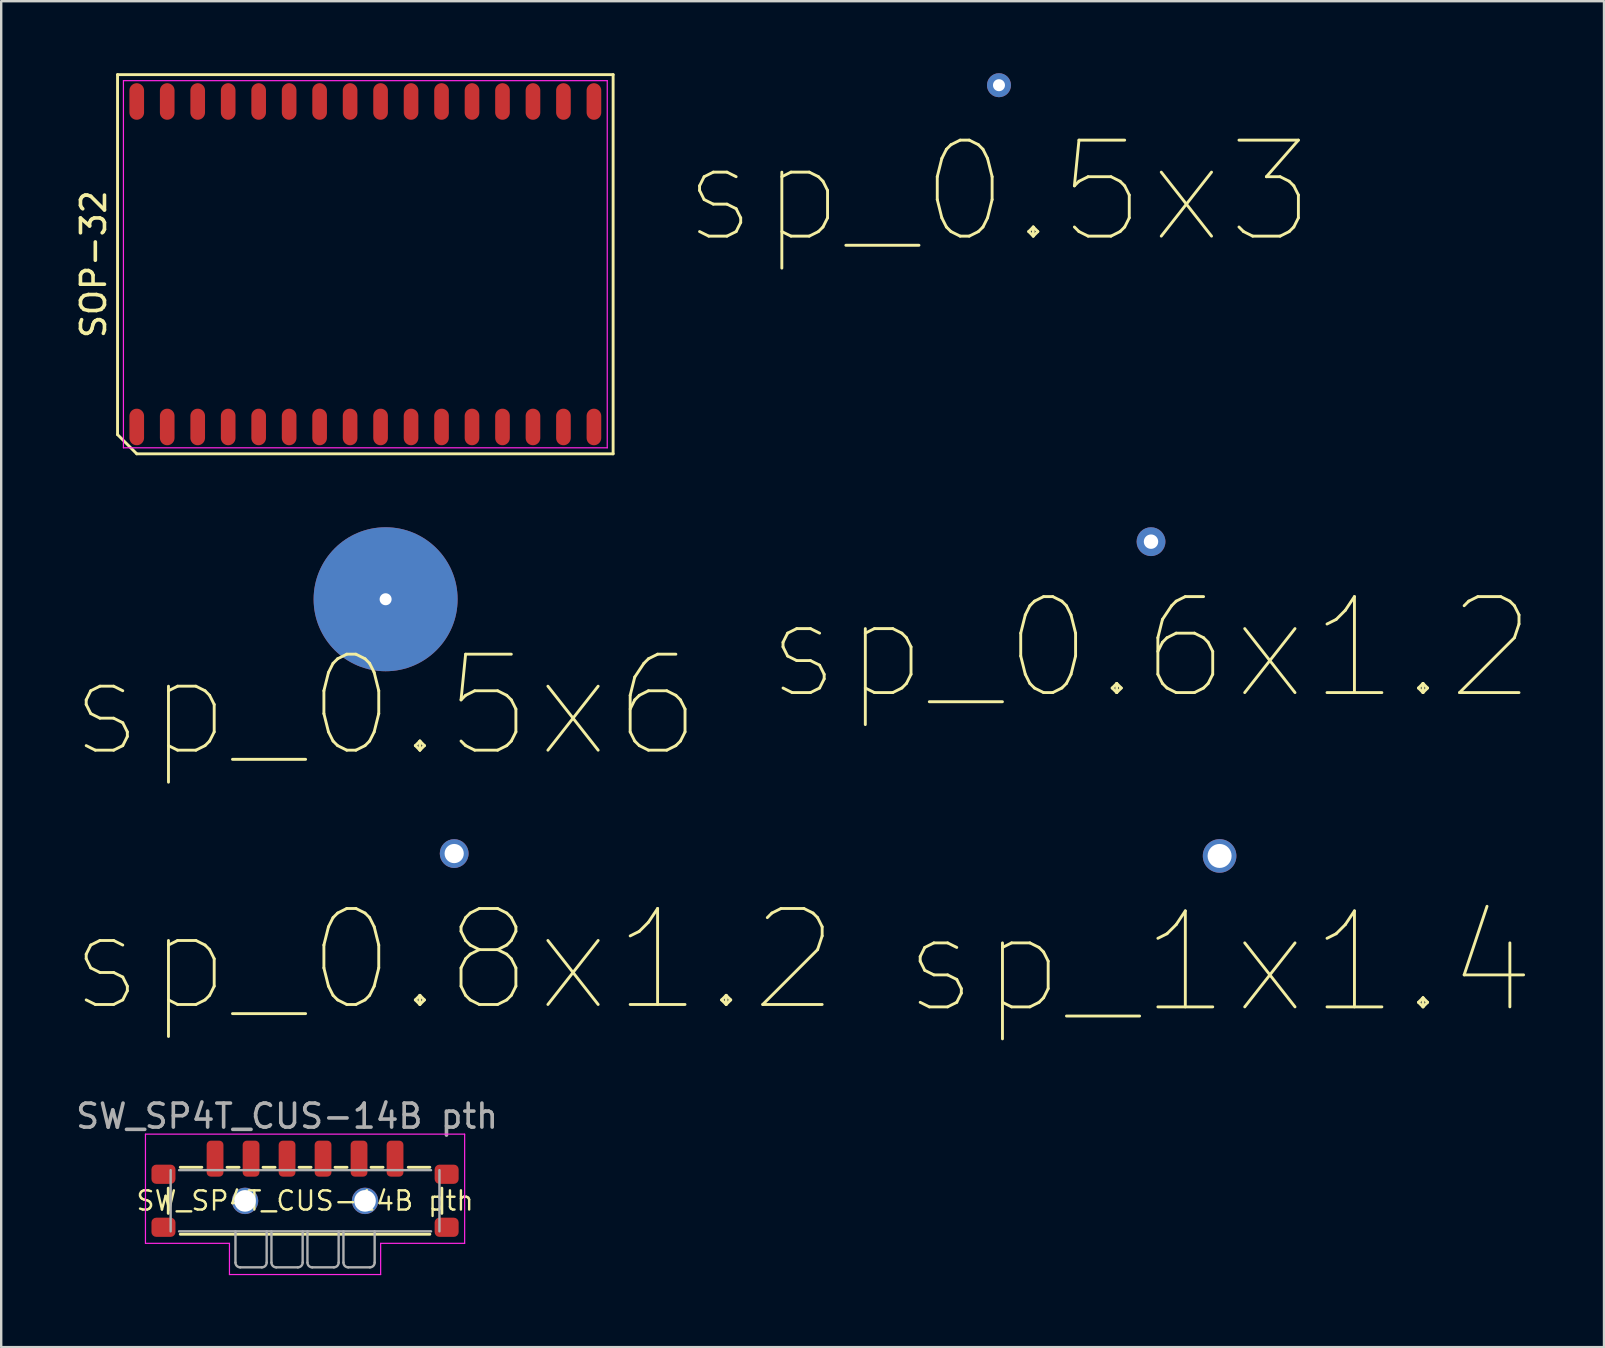
<source format=kicad_pcb>
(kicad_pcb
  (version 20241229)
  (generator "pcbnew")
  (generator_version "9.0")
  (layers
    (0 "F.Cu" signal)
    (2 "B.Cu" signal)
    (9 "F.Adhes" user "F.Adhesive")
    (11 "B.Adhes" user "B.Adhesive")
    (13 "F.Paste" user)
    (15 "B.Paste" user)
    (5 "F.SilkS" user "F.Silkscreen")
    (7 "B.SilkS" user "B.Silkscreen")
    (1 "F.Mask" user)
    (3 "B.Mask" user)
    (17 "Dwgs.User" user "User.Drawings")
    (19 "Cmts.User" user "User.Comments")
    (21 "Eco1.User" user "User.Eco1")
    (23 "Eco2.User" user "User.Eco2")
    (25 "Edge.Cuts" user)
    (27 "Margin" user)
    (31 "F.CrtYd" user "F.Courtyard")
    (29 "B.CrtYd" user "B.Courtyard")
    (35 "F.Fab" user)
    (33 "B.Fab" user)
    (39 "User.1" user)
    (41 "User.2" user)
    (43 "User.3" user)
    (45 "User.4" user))
  (footprint "sp_1x1.4"
    (layer "F.Cu")
    (at 47.769 32.616)
    (property "Reference" "sp_1x1.4" (at 0 4.445 0) (layer "F.SilkS") (effects (font (size 4 4) (thickness 0.12))))
    (attr through_hole)
    (pad "" thru_hole circle (at 0 0) (size 1.4 1.4) (drill 1) (layers "*.Cu" "*.Mask")))
  (footprint "SOP-32"
    (layer "F.Cu")
    (at 12.173 7.96)
    (property "Reference" "SOP-32" (at -11.325 0 90) (layer "F.SilkS") (effects (font (size 1 1) (thickness 0.15))))
    (attr smd)
    (fp_line (start -10.325 -7.9) (end 10.325 -7.9) (stroke (width 0.12) (type solid)) (layer "F.SilkS"))
    (fp_line (start -10.325 7.1) (end -10.325 -7.9) (stroke (width 0.12) (type solid)) (layer "F.SilkS"))
    (fp_line (start -9.525 7.9) (end -10.325 7.1) (stroke (width 0.12) (type solid)) (layer "F.SilkS"))
    (fp_line (start 10.325 -7.9) (end 10.325 7.9) (stroke (width 0.12) (type solid)) (layer "F.SilkS"))
    (fp_line (start 10.325 7.9) (end -9.525 7.9) (stroke (width 0.12) (type solid)) (layer "F.SilkS"))
    (fp_line (start -10.08 -7.65) (end 10.08 -7.65) (stroke (width 0.05) (type solid)) (layer "F.CrtYd"))
    (fp_line (start -10.08 7.65) (end -10.08 -7.65) (stroke (width 0.05) (type solid)) (layer "F.CrtYd"))
    (fp_line (start 10.08 -7.65) (end 10.08 7.65) (stroke (width 0.05) (type solid)) (layer "F.CrtYd"))
    (fp_line (start 10.08 7.65) (end -10.08 7.65) (stroke (width 0.05) (type solid)) (layer "F.CrtYd"))
    (pad "1" smd oval (at -9.525 6.781) (size 0.61 1.524) (layers "F.Cu" "F.Mask" "F.Paste"))
    (pad "2" smd oval (at -8.255 6.781) (size 0.61 1.524) (layers "F.Cu" "F.Mask" "F.Paste"))
    (pad "3" smd oval (at -6.985 6.781) (size 0.61 1.524) (layers "F.Cu" "F.Mask" "F.Paste"))
    (pad "4" smd oval (at -5.715 6.781) (size 0.61 1.524) (layers "F.Cu" "F.Mask" "F.Paste"))
    (pad "5" smd oval (at -4.445 6.781) (size 0.61 1.524) (layers "F.Cu" "F.Mask" "F.Paste"))
    (pad "6" smd oval (at -3.175 6.781) (size 0.61 1.524) (layers "F.Cu" "F.Mask" "F.Paste"))
    (pad "7" smd oval (at -1.905 6.781) (size 0.61 1.524) (layers "F.Cu" "F.Mask" "F.Paste"))
    (pad "8" smd oval (at -0.635 6.781) (size 0.61 1.524) (layers "F.Cu" "F.Mask" "F.Paste"))
    (pad "9" smd oval (at 0.635 6.781) (size 0.61 1.524) (layers "F.Cu" "F.Mask" "F.Paste"))
    (pad "10" smd oval (at 1.905 6.781) (size 0.61 1.524) (layers "F.Cu" "F.Mask" "F.Paste"))
    (pad "11" smd oval (at 3.175 6.781) (size 0.61 1.524) (layers "F.Cu" "F.Mask" "F.Paste"))
    (pad "12" smd oval (at 4.445 6.781) (size 0.61 1.524) (layers "F.Cu" "F.Mask" "F.Paste"))
    (pad "13" smd oval (at 5.715 6.781) (size 0.61 1.524) (layers "F.Cu" "F.Mask" "F.Paste"))
    (pad "14" smd oval (at 6.985 6.781) (size 0.61 1.524) (layers "F.Cu" "F.Mask" "F.Paste"))
    (pad "15" smd oval (at 8.255 6.781) (size 0.61 1.524) (layers "F.Cu" "F.Mask" "F.Paste"))
    (pad "16" smd oval (at 9.525 6.781) (size 0.61 1.524) (layers "F.Cu" "F.Mask" "F.Paste"))
    (pad "17" smd oval (at 9.525 -6.781) (size 0.61 1.524) (layers "F.Cu" "F.Mask" "F.Paste"))
    (pad "18" smd oval (at 8.255 -6.781) (size 0.61 1.524) (layers "F.Cu" "F.Mask" "F.Paste"))
    (pad "19" smd oval (at 6.985 -6.781) (size 0.61 1.524) (layers "F.Cu" "F.Mask" "F.Paste"))
    (pad "20" smd oval (at 5.715 -6.781) (size 0.61 1.524) (layers "F.Cu" "F.Mask" "F.Paste"))
    (pad "21" smd oval (at 4.445 -6.781) (size 0.61 1.524) (layers "F.Cu" "F.Mask" "F.Paste"))
    (pad "22" smd oval (at 3.175 -6.781) (size 0.61 1.524) (layers "F.Cu" "F.Mask" "F.Paste"))
    (pad "23" smd oval (at 1.905 -6.781) (size 0.61 1.524) (layers "F.Cu" "F.Mask" "F.Paste"))
    (pad "24" smd oval (at 0.635 -6.781) (size 0.61 1.524) (layers "F.Cu" "F.Mask" "F.Paste"))
    (pad "25" smd oval (at -0.635 -6.781) (size 0.61 1.524) (layers "F.Cu" "F.Mask" "F.Paste"))
    (pad "26" smd oval (at -1.905 -6.781) (size 0.61 1.524) (layers "F.Cu" "F.Mask" "F.Paste"))
    (pad "27" smd oval (at -3.175 -6.781) (size 0.61 1.524) (layers "F.Cu" "F.Mask" "F.Paste"))
    (pad "28" smd oval (at -4.445 -6.781) (size 0.61 1.524) (layers "F.Cu" "F.Mask" "F.Paste"))
    (pad "29" smd oval (at -5.715 -6.781) (size 0.61 1.524) (layers "F.Cu" "F.Mask" "F.Paste"))
    (pad "30" smd oval (at -6.985 -6.781) (size 0.61 1.524) (layers "F.Cu" "F.Mask" "F.Paste"))
    (pad "31" smd oval (at -8.255 -6.781) (size 0.61 1.524) (layers "F.Cu" "F.Mask" "F.Paste"))
    (pad "32" smd oval (at -9.525 -6.781) (size 0.61 1.524) (layers "F.Cu" "F.Mask" "F.Paste")))
  (footprint "sp_0.6x1.2"
    (layer "F.Cu")
    (at 44.911 19.52)
    (property "Reference" "sp_0.6x1.2" (at 0 4.445 0) (layer "F.SilkS") (effects (font (size 4 4) (thickness 0.12))))
    (attr through_hole)
    (pad "" thru_hole circle (at 0 0) (size 1.2 1.2) (drill 0.6) (layers "*.Cu" "*.Mask")))
  (footprint "sp_0.8x1.2"
    (layer "F.Cu")
    (at 15.875 32.516)
    (property "Reference" "sp_0.8x1.2" (at 0 4.445 0) (layer "F.SilkS") (effects (font (size 4 4) (thickness 0.12))))
    (attr through_hole)
    (pad "" thru_hole circle (at 0 0) (size 1.2 1.2) (drill 0.8) (layers "*.Cu" "*.Mask")))
  (footprint "sp_0.5x3"
    (layer "F.Cu")
    (at 38.576 0.5)
    (property "Reference" "sp_0.5x3" (at 0 4.445 0) (layer "F.SilkS") (effects (font (size 4 4) (thickness 0.12))))
    (attr through_hole)
    (pad "" thru_hole circle (at 0 0) (size 1 1) (drill 0.5) (layers "*.Cu" "B.Mask")))
  (footprint "SW_SP4T_CUS-14B pth"
    (layer "F.Cu")
    (at 9.661 46.984)
    (property "Reference" "SW_SP4T_CUS-14B pth" (at 0 0 0) (unlocked yes) (layer "F.SilkS") (effects (font (size 0.8 0.8) (thickness 0.1))))
    (attr smd)
    (fp_line (start -5.7 -0.525) (end -5.7 0.525) (stroke (width 0.12) (type solid)) (layer "F.SilkS"))
    (fp_line (start -5.2 -1.395) (end -4.3 -1.395) (stroke (width 0.12) (type solid)) (layer "F.SilkS"))
    (fp_line (start -5.2 1.395) (end 5.2 1.395) (stroke (width 0.12) (type solid)) (layer "F.SilkS"))
    (fp_line (start -3.25 -1.395) (end -2.75 -1.395) (stroke (width 0.12) (type solid)) (layer "F.SilkS"))
    (fp_line (start -1.75 -1.395) (end -1.25 -1.395) (stroke (width 0.12) (type solid)) (layer "F.SilkS"))
    (fp_line (start -0.25 -1.395) (end 0.25 -1.395) (stroke (width 0.12) (type solid)) (layer "F.SilkS"))
    (fp_line (start 1.25 -1.395) (end 1.75 -1.395) (stroke (width 0.12) (type solid)) (layer "F.SilkS"))
    (fp_line (start 2.75 -1.395) (end 3.25 -1.395) (stroke (width 0.12) (type solid)) (layer "F.SilkS"))
    (fp_line (start 4.3 -1.395) (end 5.2 -1.395) (stroke (width 0.12) (type solid)) (layer "F.SilkS"))
    (fp_line (start 5.7 0.525) (end 5.7 -0.525) (stroke (width 0.12) (type solid)) (layer "F.SilkS"))
    (fp_line (start -6.65 -2.775) (end 6.65 -2.775) (stroke (width 0.05) (type solid)) (layer "F.CrtYd"))
    (fp_line (start -6.65 1.775) (end -6.65 -2.775) (stroke (width 0.05) (type solid)) (layer "F.CrtYd"))
    (fp_line (start -3.15 1.775) (end -6.65 1.775) (stroke (width 0.05) (type solid)) (layer "F.CrtYd"))
    (fp_line (start -3.15 3.075) (end -3.15 1.775) (stroke (width 0.05) (type solid)) (layer "F.CrtYd"))
    (fp_line (start 3.15 1.775) (end 3.15 3.075) (stroke (width 0.05) (type solid)) (layer "F.CrtYd"))
    (fp_line (start 3.15 3.075) (end -3.15 3.075) (stroke (width 0.05) (type solid)) (layer "F.CrtYd"))
    (fp_line (start 6.65 -2.775) (end 6.65 1.775) (stroke (width 0.05) (type solid)) (layer "F.CrtYd"))
    (fp_line (start 6.65 1.775) (end 3.15 1.775) (stroke (width 0.05) (type solid)) (layer "F.CrtYd"))
    (fp_line (start -5.6 1.275) (end -5.6 -1.275) (stroke (width 0.1) (type solid)) (layer "F.Fab"))
    (fp_line (start -5.25 -1.275) (end 5.25 -1.275) (stroke (width 0.1) (type solid)) (layer "F.Fab"))
    (fp_line (start -2.9 2.575) (end -2.9 1.275) (stroke (width 0.1) (type solid)) (layer "F.Fab"))
    (fp_line (start -1.8 2.775) (end -2.7 2.775) (stroke (width 0.1) (type solid)) (layer "F.Fab"))
    (fp_line (start -1.6 2.575) (end -1.6 1.275) (stroke (width 0.1) (type solid)) (layer "F.Fab"))
    (fp_line (start -1.4 2.575) (end -1.4 1.275) (stroke (width 0.1) (type solid)) (layer "F.Fab"))
    (fp_line (start -0.3 2.775) (end -1.2 2.775) (stroke (width 0.1) (type solid)) (layer "F.Fab"))
    (fp_line (start -0.1 2.575) (end -0.1 1.275) (stroke (width 0.1) (type solid)) (layer "F.Fab"))
    (fp_line (start 0.1 2.575) (end 0.1 1.275) (stroke (width 0.1) (type solid)) (layer "F.Fab"))
    (fp_line (start 1.2 2.775) (end 0.3 2.775) (stroke (width 0.1) (type solid)) (layer "F.Fab"))
    (fp_line (start 1.4 2.575) (end 1.4 1.275) (stroke (width 0.1) (type solid)) (layer "F.Fab"))
    (fp_line (start 1.6 2.575) (end 1.6 1.275) (stroke (width 0.1) (type solid)) (layer "F.Fab"))
    (fp_line (start 2.7 2.775) (end 1.8 2.775) (stroke (width 0.1) (type solid)) (layer "F.Fab"))
    (fp_line (start 2.9 2.575) (end 2.9 1.275) (stroke (width 0.1) (type solid)) (layer "F.Fab"))
    (fp_line (start 5.25 1.275) (end -5.25 1.275) (stroke (width 0.1) (type solid)) (layer "F.Fab"))
    (fp_line (start 5.6 -1.275) (end 5.6 1.275) (stroke (width 0.1) (type solid)) (layer "F.Fab"))
    (fp_arc (start -2.7 2.775) (mid -2.841421 2.716421) (end -2.9 2.575) (stroke (width 0.1) (type solid)) (layer "F.Fab"))
    (fp_arc (start -1.6 2.575) (mid -1.658579 2.716421) (end -1.8 2.775) (stroke (width 0.1) (type solid)) (layer "F.Fab"))
    (fp_arc (start -1.2 2.775) (mid -1.341421 2.716421) (end -1.4 2.575) (stroke (width 0.1) (type solid)) (layer "F.Fab"))
    (fp_arc (start -0.1 2.575) (mid -0.158579 2.716421) (end -0.3 2.775) (stroke (width 0.1) (type solid)) (layer "F.Fab"))
    (fp_arc (start 0.3 2.775) (mid 0.158579 2.716421) (end 0.1 2.575) (stroke (width 0.1) (type solid)) (layer "F.Fab"))
    (fp_arc (start 1.4 2.575) (mid 1.341421 2.716421) (end 1.2 2.775) (stroke (width 0.1) (type solid)) (layer "F.Fab"))
    (fp_arc (start 1.8 2.775) (mid 1.658579 2.716421) (end 1.6 2.575) (stroke (width 0.1) (type solid)) (layer "F.Fab"))
    (fp_arc (start 2.9 2.575) (mid 2.841421 2.716421) (end 2.7 2.775) (stroke (width 0.1) (type solid)) (layer "F.Fab"))
    (fp_text user "${REFERENCE}" (at -0.75 -3.525 0) (layer "F.Fab") (effects (font (size 1 1) (thickness 0.15))))
    (pad "1" smd roundrect (at -3.75 -1.755) (size 0.7 1.5) (layers "F.Cu" "F.Mask" "F.Paste") (roundrect_rratio 0.25))
    (pad "2" smd roundrect (at -2.25 -1.755) (size 0.7 1.5) (layers "F.Cu" "F.Mask" "F.Paste") (roundrect_rratio 0.25))
    (pad "3" smd roundrect (at -0.75 -1.755) (size 0.7 1.5) (layers "F.Cu" "F.Mask" "F.Paste") (roundrect_rratio 0.25))
    (pad "4" smd roundrect (at 0.75 -1.755) (size 0.7 1.5) (layers "F.Cu" "F.Mask" "F.Paste") (roundrect_rratio 0.25))
    (pad "5" smd roundrect (at 2.25 -1.755) (size 0.7 1.5) (layers "F.Cu" "F.Mask" "F.Paste") (roundrect_rratio 0.25))
    (pad "6" smd roundrect (at 3.75 -1.755) (size 0.7 1.5) (layers "F.Cu" "F.Mask" "F.Paste") (roundrect_rratio 0.25))
    (pad "S" smd roundrect (at -5.9 -1.105) (size 1 0.8) (layers "F.Cu" "F.Mask" "F.Paste") (roundrect_rratio 0.25))
    (pad "S" smd roundrect (at -5.9 1.105) (size 1 0.8) (layers "F.Cu" "F.Mask" "F.Paste") (roundrect_rratio 0.25))
    (pad "S" thru_hole circle (at -2.5 0.005) (size 1.1 1.1) (drill 0.9) (layers "*.Cu" "*.Mask"))
    (pad "S" thru_hole circle (at 2.5 0.005) (size 1.1 1.1) (drill 0.9) (layers "*.Cu" "*.Mask"))
    (pad "S" smd roundrect (at 5.9 -1.105) (size 1 0.8) (layers "F.Cu" "F.Mask" "F.Paste") (roundrect_rratio 0.25))
    (pad "S" smd roundrect (at 5.9 1.105) (size 1 0.8) (layers "F.Cu" "F.Mask" "F.Paste") (roundrect_rratio 0.25)))
  (footprint "sp_0.5x6"
    (layer "F.Cu")
    (at 13.018 21.92)
    (property "Reference" "sp_0.5x6" (at 0 4.445 0) (layer "F.SilkS") (effects (font (size 4 4) (thickness 0.12))))
    (attr through_hole)
    (pad "" thru_hole circle (at 0 0) (size 6 6) (drill 0.5) (layers "*.Cu" "B.Mask")))
  (gr_rect
    (start -3 -3)
    (end 63.787 53.084)
    (stroke (width 0.1) (type default))
    (fill no)
    (layer "Edge.Cuts")))
</source>
